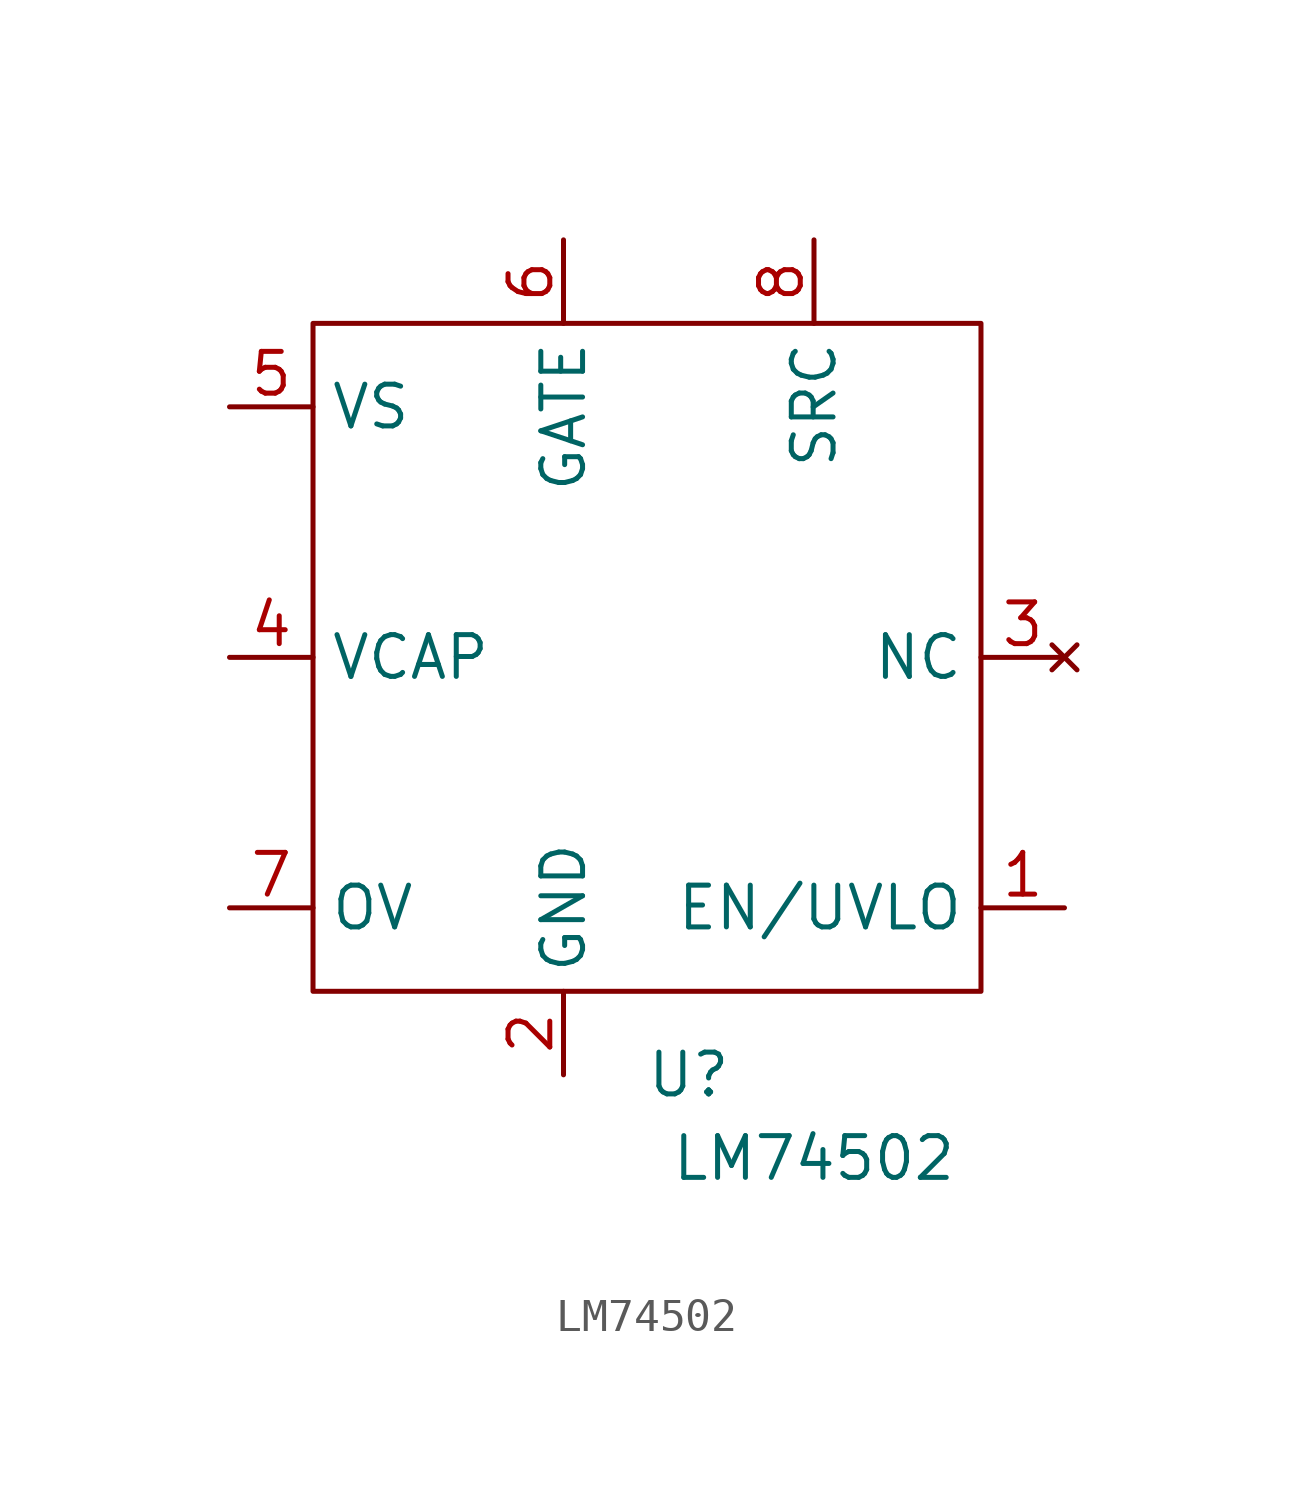
<source format=kicad_sym>
(kicad_symbol_lib
  (version 20211014)
  (generator kicad_symbol_editor)
  (symbol "LM74502"
    (property "Reference" "U"
      (at 1.27 -12.7 0)
      (effects (font (size 1.27 1.27))))
    (property "Value" "LM74502"
      (at 5.08 -15.24 0)
      (effects (font (size 1.27 1.27))))
    (symbol "LM74502_0_1"
      (rectangle (start -10.16 10.16) (end 10.16 -10.16) (stroke (width 0) (type default) (color 0 0 0 0)) (fill (type none))))
    (symbol "LM74502_1_1"
      (pin input line (at 12.7 -7.62 180) (length 2.54) (name "EN/UVLO" (effects (font (size 1.27 1.27)))) (number "1" (effects (font (size 1.27 1.27)))))
      (pin power_in line (at -2.54 -12.7 90) (length 2.54) (name "GND" (effects (font (size 1.27 1.27)))) (number "2" (effects (font (size 1.27 1.27)))))
      (pin no_connect line (at 12.7 0 180) (length 2.54) (name "NC" (effects (font (size 1.27 1.27)))) (number "3" (effects (font (size 1.27 1.27)))))
      (pin passive line (at -12.7 0 0) (length 2.54) (name "VCAP" (effects (font (size 1.27 1.27)))) (number "4" (effects (font (size 1.27 1.27)))))
      (pin passive line (at -12.7 7.62 0) (length 2.54) (name "VS" (effects (font (size 1.27 1.27)))) (number "5" (effects (font (size 1.27 1.27)))))
      (pin passive line (at -2.54 12.7 270) (length 2.54) (name "GATE" (effects (font (size 1.27 1.27)))) (number "6" (effects (font (size 1.27 1.27)))))
      (pin passive line (at -12.7 -7.62 0) (length 2.54) (name "OV" (effects (font (size 1.27 1.27)))) (number "7" (effects (font (size 1.27 1.27)))))
      (pin passive line (at 5.08 12.7 270) (length 2.54) (name "SRC" (effects (font (size 1.27 1.27)))) (number "8" (effects (font (size 1.27 1.27))))))))
</source>
